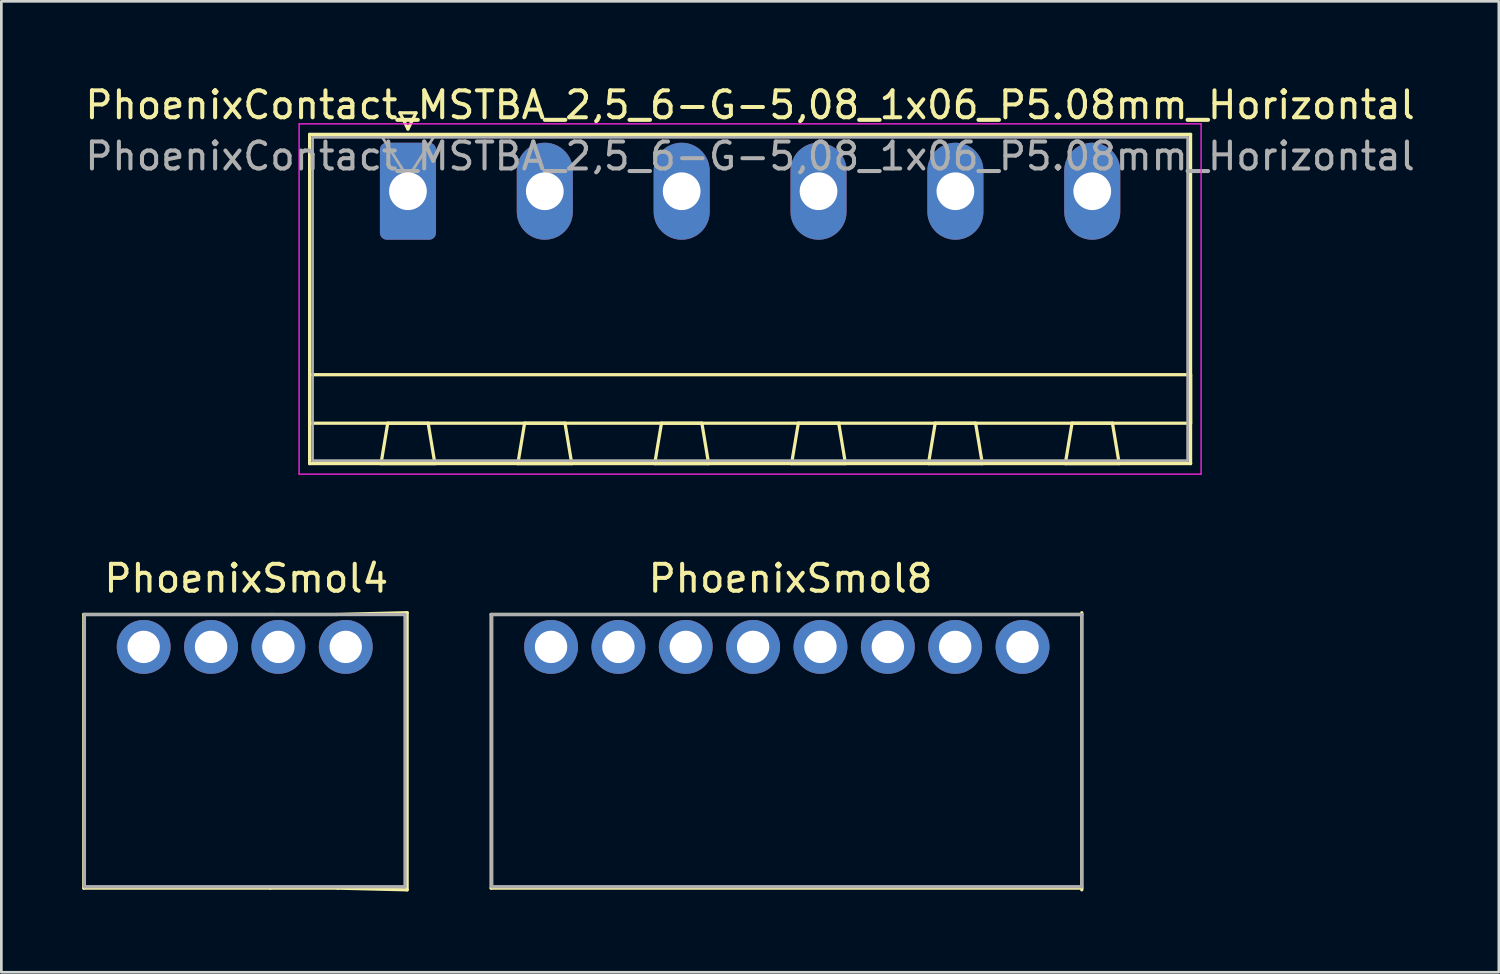
<source format=kicad_pcb>
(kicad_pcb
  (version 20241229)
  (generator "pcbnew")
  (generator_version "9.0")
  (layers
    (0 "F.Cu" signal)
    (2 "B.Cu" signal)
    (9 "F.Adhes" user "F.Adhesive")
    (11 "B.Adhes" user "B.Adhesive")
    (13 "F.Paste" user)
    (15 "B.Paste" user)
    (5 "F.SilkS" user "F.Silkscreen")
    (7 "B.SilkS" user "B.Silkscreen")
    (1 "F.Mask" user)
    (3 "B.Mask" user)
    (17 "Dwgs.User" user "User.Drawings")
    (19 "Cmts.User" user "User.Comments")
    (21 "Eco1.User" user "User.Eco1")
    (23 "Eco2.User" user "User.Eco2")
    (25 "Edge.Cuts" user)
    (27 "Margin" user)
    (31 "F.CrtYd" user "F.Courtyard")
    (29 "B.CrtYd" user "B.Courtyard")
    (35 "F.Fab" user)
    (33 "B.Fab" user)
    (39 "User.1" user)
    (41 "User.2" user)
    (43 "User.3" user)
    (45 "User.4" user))
  (footprint "PhoenixContact_MSTBA_2,5_6-G-5,08_1x06_P5.08mm_Horizontal"
    (layer "F.Cu")
    (at 12.092 4.048)
    (property "Reference" "PhoenixContact_MSTBA_2,5_6-G-5,08_1x06_P5.08mm_Horizontal" (at 12.7 -3.2 0) (layer "F.SilkS") (effects (font (size 1 1) (thickness 0.15))))
    (attr through_hole)
    (fp_line (start -3.65 -2.11) (end -3.65 10.11) (stroke (width 0.12) (type solid)) (layer "F.SilkS"))
    (fp_line (start -3.65 6.81) (end 29.05 6.81) (stroke (width 0.12) (type solid)) (layer "F.SilkS"))
    (fp_line (start -3.65 8.61) (end -3.65 6.81) (stroke (width 0.12) (type solid)) (layer "F.SilkS"))
    (fp_line (start -3.65 10.11) (end 29.05 10.11) (stroke (width 0.12) (type solid)) (layer "F.SilkS"))
    (fp_line (start -1 10.11) (end 1 10.11) (stroke (width 0.12) (type solid)) (layer "F.SilkS"))
    (fp_line (start -0.75 8.61) (end -1 10.11) (stroke (width 0.12) (type solid)) (layer "F.SilkS"))
    (fp_line (start -0.3 -2.91) (end 0.3 -2.91) (stroke (width 0.12) (type solid)) (layer "F.SilkS"))
    (fp_line (start 0 -2.31) (end -0.3 -2.91) (stroke (width 0.12) (type solid)) (layer "F.SilkS"))
    (fp_line (start 0.3 -2.91) (end 0 -2.31) (stroke (width 0.12) (type solid)) (layer "F.SilkS"))
    (fp_line (start 0.75 8.61) (end -0.75 8.61) (stroke (width 0.12) (type solid)) (layer "F.SilkS"))
    (fp_line (start 1 10.11) (end 0.75 8.61) (stroke (width 0.12) (type solid)) (layer "F.SilkS"))
    (fp_line (start 4.08 10.11) (end 6.08 10.11) (stroke (width 0.12) (type solid)) (layer "F.SilkS"))
    (fp_line (start 4.33 8.61) (end 4.08 10.11) (stroke (width 0.12) (type solid)) (layer "F.SilkS"))
    (fp_line (start 5.83 8.61) (end 4.33 8.61) (stroke (width 0.12) (type solid)) (layer "F.SilkS"))
    (fp_line (start 6.08 10.11) (end 5.83 8.61) (stroke (width 0.12) (type solid)) (layer "F.SilkS"))
    (fp_line (start 9.16 10.11) (end 11.16 10.11) (stroke (width 0.12) (type solid)) (layer "F.SilkS"))
    (fp_line (start 9.41 8.61) (end 9.16 10.11) (stroke (width 0.12) (type solid)) (layer "F.SilkS"))
    (fp_line (start 10.91 8.61) (end 9.41 8.61) (stroke (width 0.12) (type solid)) (layer "F.SilkS"))
    (fp_line (start 11.16 10.11) (end 10.91 8.61) (stroke (width 0.12) (type solid)) (layer "F.SilkS"))
    (fp_line (start 14.24 10.11) (end 16.24 10.11) (stroke (width 0.12) (type solid)) (layer "F.SilkS"))
    (fp_line (start 14.49 8.61) (end 14.24 10.11) (stroke (width 0.12) (type solid)) (layer "F.SilkS"))
    (fp_line (start 15.99 8.61) (end 14.49 8.61) (stroke (width 0.12) (type solid)) (layer "F.SilkS"))
    (fp_line (start 16.24 10.11) (end 15.99 8.61) (stroke (width 0.12) (type solid)) (layer "F.SilkS"))
    (fp_line (start 19.32 10.11) (end 21.32 10.11) (stroke (width 0.12) (type solid)) (layer "F.SilkS"))
    (fp_line (start 19.57 8.61) (end 19.32 10.11) (stroke (width 0.12) (type solid)) (layer "F.SilkS"))
    (fp_line (start 21.07 8.61) (end 19.57 8.61) (stroke (width 0.12) (type solid)) (layer "F.SilkS"))
    (fp_line (start 21.32 10.11) (end 21.07 8.61) (stroke (width 0.12) (type solid)) (layer "F.SilkS"))
    (fp_line (start 24.4 10.11) (end 26.4 10.11) (stroke (width 0.12) (type solid)) (layer "F.SilkS"))
    (fp_line (start 24.65 8.61) (end 24.4 10.11) (stroke (width 0.12) (type solid)) (layer "F.SilkS"))
    (fp_line (start 26.15 8.61) (end 24.65 8.61) (stroke (width 0.12) (type solid)) (layer "F.SilkS"))
    (fp_line (start 26.4 10.11) (end 26.15 8.61) (stroke (width 0.12) (type solid)) (layer "F.SilkS"))
    (fp_line (start 29.05 -2.11) (end -3.65 -2.11) (stroke (width 0.12) (type solid)) (layer "F.SilkS"))
    (fp_line (start 29.05 6.81) (end 29.05 8.61) (stroke (width 0.12) (type solid)) (layer "F.SilkS"))
    (fp_line (start 29.05 8.61) (end -3.65 8.61) (stroke (width 0.12) (type solid)) (layer "F.SilkS"))
    (fp_line (start 29.05 10.11) (end 29.05 -2.11) (stroke (width 0.12) (type solid)) (layer "F.SilkS"))
    (fp_line (start -4.04 -2.5) (end -4.04 10.5) (stroke (width 0.05) (type solid)) (layer "F.CrtYd"))
    (fp_line (start -4.04 10.5) (end 29.44 10.5) (stroke (width 0.05) (type solid)) (layer "F.CrtYd"))
    (fp_line (start 29.44 -2.5) (end -4.04 -2.5) (stroke (width 0.05) (type solid)) (layer "F.CrtYd"))
    (fp_line (start 29.44 10.5) (end 29.44 -2.5) (stroke (width 0.05) (type solid)) (layer "F.CrtYd"))
    (fp_line (start -3.54 -2) (end -3.54 10) (stroke (width 0.1) (type solid)) (layer "F.Fab"))
    (fp_line (start -3.54 10) (end 28.94 10) (stroke (width 0.1) (type solid)) (layer "F.Fab"))
    (fp_line (start 0 -0.5) (end -0.95 -2) (stroke (width 0.1) (type solid)) (layer "F.Fab"))
    (fp_line (start 0.95 -2) (end 0 -0.5) (stroke (width 0.1) (type solid)) (layer "F.Fab"))
    (fp_line (start 28.94 -2) (end -3.54 -2) (stroke (width 0.1) (type solid)) (layer "F.Fab"))
    (fp_line (start 28.94 10) (end 28.94 -2) (stroke (width 0.1) (type solid)) (layer "F.Fab"))
    (fp_text user "${REFERENCE}" (at 12.7 -1.3 0) (layer "F.Fab") (effects (font (size 1 1) (thickness 0.15))))
    (pad "1" thru_hole oval (at 25.4 0) (size 2.08 3.6) (drill 1.4) (layers "*.Cu" "*.Mask"))
    (pad "2" thru_hole oval (at 20.32 0) (size 2.08 3.6) (drill 1.4) (layers "*.Cu" "*.Mask"))
    (pad "3" thru_hole oval (at 15.24 0) (size 2.08 3.6) (drill 1.4) (layers "*.Cu" "*.Mask"))
    (pad "4" thru_hole oval (at 10.16 0) (size 2.08 3.6) (drill 1.4) (layers "*.Cu" "*.Mask"))
    (pad "5" thru_hole oval (at 5.08 0) (size 2.08 3.6) (drill 1.4) (layers "*.Cu" "*.Mask"))
    (pad "6" thru_hole roundrect (at 0 0) (size 2.08 3.6) (drill 1.4) (layers "*.Cu" "*.Mask") (roundrect_rratio 0.12)))
  (footprint "PhoenixSmol8"
    (layer "F.Cu")
    (at 17.404 20.962)
    (property "Reference" "PhoenixSmol8" (at 8.89 -2.54 0) (layer "F.SilkS") (effects (font (size 1 1) (thickness 0.15))))
    (attr through_hole)
    (fp_line (start -2.223 -1.206) (end 19.7 -1.206) (stroke (width 0.12) (type solid)) (layer "F.SilkS"))
    (fp_line (start -2.223 8.954) (end -2.223 -1.206) (stroke (width 0.12) (type solid)) (layer "F.SilkS"))
    (fp_line (start 19.7 -1.27) (end 19.7 9.017) (stroke (width 0.12) (type solid)) (layer "F.SilkS"))
    (fp_line (start 19.7 8.954) (end -2.223 8.954) (stroke (width 0.12) (type solid)) (layer "F.SilkS"))
    (fp_line (start -2.2 -1.2) (end -2.2 8.9) (stroke (width 0.12) (type solid)) (layer "F.Fab"))
    (fp_line (start -2.2 -1.2) (end 19.7 -1.2) (stroke (width 0.12) (type solid)) (layer "F.Fab"))
    (fp_line (start -2.2 8.9) (end 19.7 8.9) (stroke (width 0.12) (type solid)) (layer "F.Fab"))
    (fp_line (start 19.7 -1.2) (end 19.7 8.9) (stroke (width 0.12) (type solid)) (layer "F.Fab"))
    (pad "1" thru_hole circle (at 17.5 0) (size 2 2) (drill 1.2) (layers "*.Cu" "*.Mask"))
    (pad "2" thru_hole circle (at 15 0) (size 2 2) (drill 1.2) (layers "*.Cu" "*.Mask"))
    (pad "3" thru_hole circle (at 12.5 0) (size 2 2) (drill 1.2) (layers "*.Cu" "*.Mask"))
    (pad "4" thru_hole circle (at 10 0) (size 2 2) (drill 1.2) (layers "*.Cu" "*.Mask"))
    (pad "5" thru_hole circle (at 7.5 0) (size 2 2) (drill 1.2) (layers "*.Cu" "*.Mask"))
    (pad "6" thru_hole circle (at 5 0) (size 2 2) (drill 1.2) (layers "*.Cu" "*.Mask"))
    (pad "7" thru_hole circle (at 2.5 0) (size 2 2) (drill 1.2) (layers "*.Cu" "*.Mask"))
    (pad "8" thru_hole circle (at 0 0) (size 2 2) (drill 1.2) (layers "*.Cu" "*.Mask")))
  (footprint "PhoenixSmol4"
    (layer "F.Cu")
    (at 2.283 20.962)
    (property "Reference" "PhoenixSmol4" (at 3.81 -2.54 0) (layer "F.SilkS") (effects (font (size 1 1) (thickness 0.15))))
    (attr through_hole)
    (fp_line (start -2.223 -1.206) (end 4.763 -1.206) (stroke (width 0.12) (type solid)) (layer "F.SilkS"))
    (fp_line (start -2.223 8.954) (end -2.223 -1.206) (stroke (width 0.12) (type solid)) (layer "F.SilkS"))
    (fp_line (start 4.699 8.954) (end -2.223 8.954) (stroke (width 0.12) (type solid)) (layer "F.SilkS"))
    (fp_line (start 7.2 -1.206) (end 4.763 -1.206) (stroke (width 0.12) (type solid)) (layer "F.SilkS"))
    (fp_line (start 7.2 -1.206) (end 9.779 -1.27) (stroke (width 0.12) (type solid)) (layer "F.SilkS"))
    (fp_line (start 7.2 8.954) (end 4.699 8.954) (stroke (width 0.12) (type solid)) (layer "F.SilkS"))
    (fp_line (start 9.779 -1.27) (end 9.779 9.017) (stroke (width 0.12) (type solid)) (layer "F.SilkS"))
    (fp_line (start 9.779 9.017) (end 7.2 8.954) (stroke (width 0.12) (type solid)) (layer "F.SilkS"))
    (fp_line (start -2.2 -1.2) (end -2.2 8.9) (stroke (width 0.12) (type solid)) (layer "F.Fab"))
    (fp_line (start -2.2 -1.2) (end 9.7 -1.2) (stroke (width 0.12) (type solid)) (layer "F.Fab"))
    (fp_line (start -2.2 8.9) (end 9.7 8.9) (stroke (width 0.12) (type solid)) (layer "F.Fab"))
    (fp_line (start 9.7 -1.2) (end 9.7 8.9) (stroke (width 0.12) (type solid)) (layer "F.Fab"))
    (pad "1" thru_hole circle (at 7.5 0) (size 2 2) (drill 1.2) (layers "*.Cu" "*.Mask"))
    (pad "2" thru_hole circle (at 5 0) (size 2 2) (drill 1.2) (layers "*.Cu" "*.Mask"))
    (pad "3" thru_hole circle (at 2.5 0) (size 2 2) (drill 1.2) (layers "*.Cu" "*.Mask"))
    (pad "4" thru_hole circle (at 0 0) (size 2 2) (drill 1.2) (layers "*.Cu" "*.Mask")))
  (gr_rect
    (start -3 -3)
    (end 52.583 33.038)
    (stroke (width 0.1) (type default))
    (fill no)
    (layer "Edge.Cuts")))
</source>
